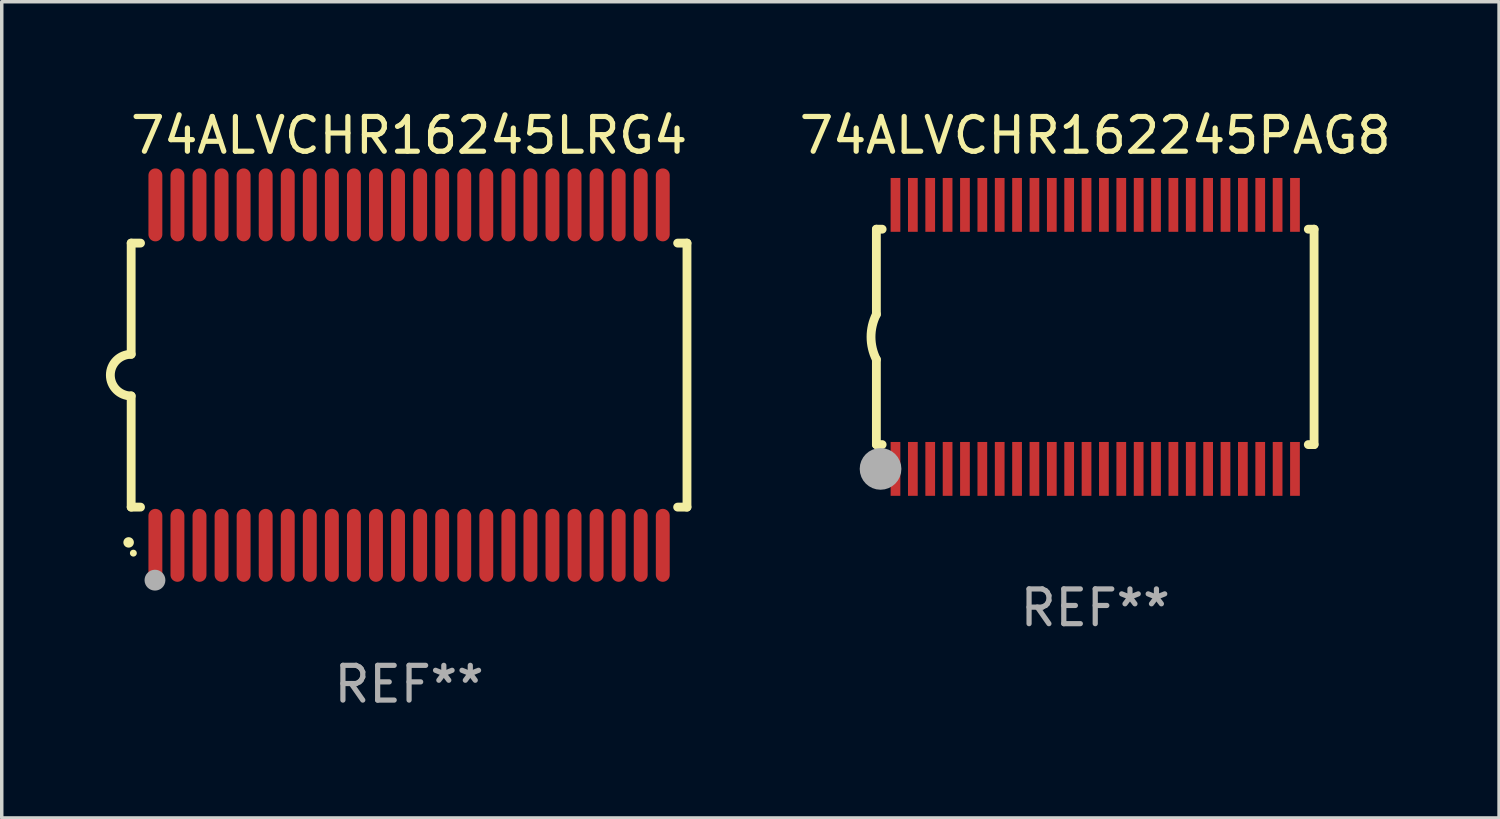
<source format=kicad_pcb>
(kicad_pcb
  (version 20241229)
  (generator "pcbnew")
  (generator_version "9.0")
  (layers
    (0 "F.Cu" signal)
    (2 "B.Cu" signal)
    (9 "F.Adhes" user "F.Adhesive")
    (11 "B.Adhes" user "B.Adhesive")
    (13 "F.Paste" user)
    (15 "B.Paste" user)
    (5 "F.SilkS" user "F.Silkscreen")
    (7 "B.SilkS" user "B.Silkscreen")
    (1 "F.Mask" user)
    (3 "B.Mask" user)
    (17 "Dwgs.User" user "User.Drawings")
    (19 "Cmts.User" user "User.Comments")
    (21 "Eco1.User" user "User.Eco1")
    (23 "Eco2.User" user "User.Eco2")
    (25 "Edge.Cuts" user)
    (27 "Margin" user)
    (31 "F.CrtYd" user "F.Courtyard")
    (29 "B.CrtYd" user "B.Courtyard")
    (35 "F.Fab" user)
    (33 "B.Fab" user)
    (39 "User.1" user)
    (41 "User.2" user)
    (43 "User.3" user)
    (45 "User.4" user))
  (footprint "74ALVCHR162245PAG8"
    (layer "F.Cu")
    (at 28.478 6.648)
    (property "Reference" "74ALVCHR162245PAG8" (at 0 -5.8 0) (layer "F.SilkS") (effects (font (size 1 1) (thickness 0.15))))
    (attr through_hole)
    (fp_line (start -6.3 -3.1) (end -6.3 -0.65) (stroke (width 0.254) (type solid)) (layer "F.SilkS"))
    (fp_line (start -6.3 -3.1) (end -6.134 -3.1) (stroke (width 0.254) (type solid)) (layer "F.SilkS"))
    (fp_line (start -6.3 3.1) (end -6.3 0.65) (stroke (width 0.254) (type solid)) (layer "F.SilkS"))
    (fp_line (start -6.3 3.1) (end -6.134 3.1) (stroke (width 0.254) (type solid)) (layer "F.SilkS"))
    (fp_line (start 6.134 -3.1) (end 6.3 -3.1) (stroke (width 0.254) (type solid)) (layer "F.SilkS"))
    (fp_line (start 6.134 3.1) (end 6.3 3.1) (stroke (width 0.254) (type solid)) (layer "F.SilkS"))
    (fp_line (start 6.3 -3.1) (end 6.3 3.1) (stroke (width 0.254) (type solid)) (layer "F.SilkS"))
    (fp_arc (start -6.301016 0.650114) (mid -6.45413 -0.000082) (end -6.3 -0.650038) (stroke (width 0.254001) (type solid)) (layer "F.SilkS"))
    (fp_circle (center -6.35 3.81) (end -6.223 3.81) (stroke (width 0.254) (type solid)) (fill no) (layer "F.SilkS"))
    (fp_circle (center -6.25 4.05) (end -6.22 4.05) (stroke (width 0.06) (type solid)) (fill no) (layer "F.SilkS"))
    (fp_circle (center -6.18 3.8) (end -5.88 3.8) (stroke (width 0.6) (type solid)) (fill no) (layer "F.Fab"))
    (fp_text user "REF**" (at 0 7.8 0) (layer "F.Fab") (effects (font (size 1 1) (thickness 0.15))))
    (pad "1" smd rect (at -5.75 3.8) (size 0.28 1.55) (layers "F.Cu" "F.Mask" "F.Paste"))
    (pad "2" smd rect (at -5.25 3.8) (size 0.28 1.55) (layers "F.Cu" "F.Mask" "F.Paste"))
    (pad "3" smd rect (at -4.75 3.8) (size 0.28 1.55) (layers "F.Cu" "F.Mask" "F.Paste"))
    (pad "4" smd rect (at -4.25 3.8) (size 0.28 1.55) (layers "F.Cu" "F.Mask" "F.Paste"))
    (pad "5" smd rect (at -3.75 3.8) (size 0.28 1.55) (layers "F.Cu" "F.Mask" "F.Paste"))
    (pad "6" smd rect (at -3.25 3.8) (size 0.28 1.55) (layers "F.Cu" "F.Mask" "F.Paste"))
    (pad "7" smd rect (at -2.75 3.8) (size 0.28 1.55) (layers "F.Cu" "F.Mask" "F.Paste"))
    (pad "8" smd rect (at -2.25 3.8) (size 0.28 1.55) (layers "F.Cu" "F.Mask" "F.Paste"))
    (pad "9" smd rect (at -1.75 3.8) (size 0.28 1.55) (layers "F.Cu" "F.Mask" "F.Paste"))
    (pad "10" smd rect (at -1.25 3.8) (size 0.28 1.55) (layers "F.Cu" "F.Mask" "F.Paste"))
    (pad "11" smd rect (at -0.75 3.8) (size 0.28 1.55) (layers "F.Cu" "F.Mask" "F.Paste"))
    (pad "12" smd rect (at -0.25 3.8) (size 0.28 1.55) (layers "F.Cu" "F.Mask" "F.Paste"))
    (pad "13" smd rect (at 0.25 3.8) (size 0.28 1.55) (layers "F.Cu" "F.Mask" "F.Paste"))
    (pad "14" smd rect (at 0.75 3.8) (size 0.28 1.55) (layers "F.Cu" "F.Mask" "F.Paste"))
    (pad "15" smd rect (at 1.25 3.8) (size 0.28 1.55) (layers "F.Cu" "F.Mask" "F.Paste"))
    (pad "16" smd rect (at 1.75 3.8) (size 0.28 1.55) (layers "F.Cu" "F.Mask" "F.Paste"))
    (pad "17" smd rect (at 2.25 3.8) (size 0.28 1.55) (layers "F.Cu" "F.Mask" "F.Paste"))
    (pad "18" smd rect (at 2.75 3.8) (size 0.28 1.55) (layers "F.Cu" "F.Mask" "F.Paste"))
    (pad "19" smd rect (at 3.25 3.8) (size 0.28 1.55) (layers "F.Cu" "F.Mask" "F.Paste"))
    (pad "20" smd rect (at 3.75 3.8) (size 0.28 1.55) (layers "F.Cu" "F.Mask" "F.Paste"))
    (pad "21" smd rect (at 4.25 3.8) (size 0.28 1.55) (layers "F.Cu" "F.Mask" "F.Paste"))
    (pad "22" smd rect (at 4.75 3.8) (size 0.28 1.55) (layers "F.Cu" "F.Mask" "F.Paste"))
    (pad "23" smd rect (at 5.25 3.8) (size 0.28 1.55) (layers "F.Cu" "F.Mask" "F.Paste"))
    (pad "24" smd rect (at 5.75 3.8) (size 0.28 1.55) (layers "F.Cu" "F.Mask" "F.Paste"))
    (pad "25" smd rect (at 5.75 -3.8) (size 0.28 1.55) (layers "F.Cu" "F.Mask" "F.Paste"))
    (pad "26" smd rect (at 5.25 -3.8) (size 0.28 1.55) (layers "F.Cu" "F.Mask" "F.Paste"))
    (pad "27" smd rect (at 4.75 -3.8) (size 0.28 1.55) (layers "F.Cu" "F.Mask" "F.Paste"))
    (pad "28" smd rect (at 4.25 -3.8) (size 0.28 1.55) (layers "F.Cu" "F.Mask" "F.Paste"))
    (pad "29" smd rect (at 3.75 -3.8) (size 0.28 1.55) (layers "F.Cu" "F.Mask" "F.Paste"))
    (pad "30" smd rect (at 3.25 -3.8) (size 0.28 1.55) (layers "F.Cu" "F.Mask" "F.Paste"))
    (pad "31" smd rect (at 2.75 -3.8) (size 0.28 1.55) (layers "F.Cu" "F.Mask" "F.Paste"))
    (pad "32" smd rect (at 2.25 -3.8) (size 0.28 1.55) (layers "F.Cu" "F.Mask" "F.Paste"))
    (pad "33" smd rect (at 1.75 -3.8) (size 0.28 1.55) (layers "F.Cu" "F.Mask" "F.Paste"))
    (pad "34" smd rect (at 1.25 -3.8) (size 0.28 1.55) (layers "F.Cu" "F.Mask" "F.Paste"))
    (pad "35" smd rect (at 0.75 -3.8) (size 0.28 1.55) (layers "F.Cu" "F.Mask" "F.Paste"))
    (pad "36" smd rect (at 0.25 -3.8) (size 0.28 1.55) (layers "F.Cu" "F.Mask" "F.Paste"))
    (pad "37" smd rect (at -0.25 -3.8) (size 0.28 1.55) (layers "F.Cu" "F.Mask" "F.Paste"))
    (pad "38" smd rect (at -0.75 -3.8) (size 0.28 1.55) (layers "F.Cu" "F.Mask" "F.Paste"))
    (pad "39" smd rect (at -1.25 -3.8) (size 0.28 1.55) (layers "F.Cu" "F.Mask" "F.Paste"))
    (pad "40" smd rect (at -1.75 -3.8) (size 0.28 1.55) (layers "F.Cu" "F.Mask" "F.Paste"))
    (pad "41" smd rect (at -2.25 -3.8) (size 0.28 1.55) (layers "F.Cu" "F.Mask" "F.Paste"))
    (pad "42" smd rect (at -2.75 -3.8) (size 0.28 1.55) (layers "F.Cu" "F.Mask" "F.Paste"))
    (pad "43" smd rect (at -3.25 -3.8) (size 0.28 1.55) (layers "F.Cu" "F.Mask" "F.Paste"))
    (pad "44" smd rect (at -3.75 -3.8) (size 0.28 1.55) (layers "F.Cu" "F.Mask" "F.Paste"))
    (pad "45" smd rect (at -4.25 -3.8) (size 0.28 1.55) (layers "F.Cu" "F.Mask" "F.Paste"))
    (pad "46" smd rect (at -4.75 -3.8) (size 0.28 1.55) (layers "F.Cu" "F.Mask" "F.Paste"))
    (pad "47" smd rect (at -5.25 -3.8) (size 0.28 1.55) (layers "F.Cu" "F.Mask" "F.Paste"))
    (pad "48" smd rect (at -5.75 -3.8) (size 0.28 1.55) (layers "F.Cu" "F.Mask" "F.Paste")))
  (footprint "74ALVCHR16245LRG4"
    (layer "F.Cu")
    (at 8.726 7.748)
    (property "Reference" "74ALVCHR16245LRG4" (at 0 -6.9 0) (layer "F.SilkS") (effects (font (size 1 1) (thickness 0.15))))
    (attr through_hole)
    (fp_line (start -8 -3.8) (end -8 -0.599) (stroke (width 0.254) (type solid)) (layer "F.SilkS"))
    (fp_line (start -8 -3.8) (end -7.731 -3.8) (stroke (width 0.254) (type solid)) (layer "F.SilkS"))
    (fp_line (start -8 3.8) (end -8 0.599) (stroke (width 0.254) (type solid)) (layer "F.SilkS"))
    (fp_line (start -7.731 3.8) (end -8 3.8) (stroke (width 0.254) (type solid)) (layer "F.SilkS"))
    (fp_line (start 7.731 -3.8) (end 8 -3.8) (stroke (width 0.254) (type solid)) (layer "F.SilkS"))
    (fp_line (start 8 -3.8) (end 8 3.8) (stroke (width 0.254) (type solid)) (layer "F.SilkS"))
    (fp_line (start 8 3.8) (end 7.731 3.8) (stroke (width 0.254) (type solid)) (layer "F.SilkS"))
    (fp_arc (start -8.074676 4.81585) (mid -8.073406 4.815845) (end -8.072136 4.81585) (stroke (width 0.3) (type solid)) (layer "F.SilkS"))
    (fp_arc (start -8.000025 0.6) (mid -8.598908 0.00056) (end -8.000027 -0.598882) (stroke (width 0.254001) (type solid)) (layer "F.SilkS"))
    (fp_circle (center -7.937 5.125) (end -7.887 5.125) (stroke (width 0.1) (type solid)) (fill no) (layer "F.SilkS"))
    (fp_circle (center -7.315 5.903) (end -7.165 5.903) (stroke (width 0.3) (type solid)) (fill no) (layer "F.Fab"))
    (fp_text user "REF**" (at 0 8.9 0) (layer "F.Fab") (effects (font (size 1 1) (thickness 0.15))))
    (pad "1" smd oval (at -7.303 4.9) (size 0.4 2.1) (layers "F.Cu" "F.Mask" "F.Paste"))
    (pad "2" smd oval (at -6.668 4.9) (size 0.4 2.1) (layers "F.Cu" "F.Mask" "F.Paste"))
    (pad "3" smd oval (at -6.033 4.9) (size 0.4 2.1) (layers "F.Cu" "F.Mask" "F.Paste"))
    (pad "4" smd oval (at -5.398 4.9) (size 0.4 2.1) (layers "F.Cu" "F.Mask" "F.Paste"))
    (pad "5" smd oval (at -4.763 4.9) (size 0.4 2.1) (layers "F.Cu" "F.Mask" "F.Paste"))
    (pad "6" smd oval (at -4.128 4.9) (size 0.4 2.1) (layers "F.Cu" "F.Mask" "F.Paste"))
    (pad "7" smd oval (at -3.493 4.9) (size 0.4 2.1) (layers "F.Cu" "F.Mask" "F.Paste"))
    (pad "8" smd oval (at -2.858 4.9) (size 0.4 2.1) (layers "F.Cu" "F.Mask" "F.Paste"))
    (pad "9" smd oval (at -2.223 4.9) (size 0.4 2.1) (layers "F.Cu" "F.Mask" "F.Paste"))
    (pad "10" smd oval (at -1.588 4.9) (size 0.4 2.1) (layers "F.Cu" "F.Mask" "F.Paste"))
    (pad "11" smd oval (at -0.953 4.9) (size 0.4 2.1) (layers "F.Cu" "F.Mask" "F.Paste"))
    (pad "12" smd oval (at -0.318 4.9) (size 0.4 2.1) (layers "F.Cu" "F.Mask" "F.Paste"))
    (pad "13" smd oval (at 0.318 4.9) (size 0.4 2.1) (layers "F.Cu" "F.Mask" "F.Paste"))
    (pad "14" smd oval (at 0.953 4.9) (size 0.4 2.1) (layers "F.Cu" "F.Mask" "F.Paste"))
    (pad "15" smd oval (at 1.588 4.9) (size 0.4 2.1) (layers "F.Cu" "F.Mask" "F.Paste"))
    (pad "16" smd oval (at 2.223 4.9) (size 0.4 2.1) (layers "F.Cu" "F.Mask" "F.Paste"))
    (pad "17" smd oval (at 2.858 4.9) (size 0.4 2.1) (layers "F.Cu" "F.Mask" "F.Paste"))
    (pad "18" smd oval (at 3.493 4.9) (size 0.4 2.1) (layers "F.Cu" "F.Mask" "F.Paste"))
    (pad "19" smd oval (at 4.128 4.9) (size 0.4 2.1) (layers "F.Cu" "F.Mask" "F.Paste"))
    (pad "20" smd oval (at 4.763 4.9) (size 0.4 2.1) (layers "F.Cu" "F.Mask" "F.Paste"))
    (pad "21" smd oval (at 5.398 4.9) (size 0.4 2.1) (layers "F.Cu" "F.Mask" "F.Paste"))
    (pad "22" smd oval (at 6.033 4.9) (size 0.4 2.1) (layers "F.Cu" "F.Mask" "F.Paste"))
    (pad "23" smd oval (at 6.668 4.9) (size 0.4 2.1) (layers "F.Cu" "F.Mask" "F.Paste"))
    (pad "24" smd oval (at 7.303 4.9) (size 0.4 2.1) (layers "F.Cu" "F.Mask" "F.Paste"))
    (pad "25" smd oval (at 7.303 -4.9 180) (size 0.4 2.1) (layers "F.Cu" "F.Mask" "F.Paste"))
    (pad "26" smd oval (at 6.668 -4.9 180) (size 0.4 2.1) (layers "F.Cu" "F.Mask" "F.Paste"))
    (pad "27" smd oval (at 6.033 -4.9 180) (size 0.4 2.1) (layers "F.Cu" "F.Mask" "F.Paste"))
    (pad "28" smd oval (at 5.398 -4.9 180) (size 0.4 2.1) (layers "F.Cu" "F.Mask" "F.Paste"))
    (pad "29" smd oval (at 4.763 -4.9 180) (size 0.4 2.1) (layers "F.Cu" "F.Mask" "F.Paste"))
    (pad "30" smd oval (at 4.128 -4.9 180) (size 0.4 2.1) (layers "F.Cu" "F.Mask" "F.Paste"))
    (pad "31" smd oval (at 3.493 -4.9 180) (size 0.4 2.1) (layers "F.Cu" "F.Mask" "F.Paste"))
    (pad "32" smd oval (at 2.858 -4.9 180) (size 0.4 2.1) (layers "F.Cu" "F.Mask" "F.Paste"))
    (pad "33" smd oval (at 2.223 -4.9 180) (size 0.4 2.1) (layers "F.Cu" "F.Mask" "F.Paste"))
    (pad "34" smd oval (at 1.588 -4.9 180) (size 0.4 2.1) (layers "F.Cu" "F.Mask" "F.Paste"))
    (pad "35" smd oval (at 0.953 -4.9 180) (size 0.4 2.1) (layers "F.Cu" "F.Mask" "F.Paste"))
    (pad "36" smd oval (at 0.318 -4.9 180) (size 0.4 2.1) (layers "F.Cu" "F.Mask" "F.Paste"))
    (pad "37" smd oval (at -0.318 -4.9 180) (size 0.4 2.1) (layers "F.Cu" "F.Mask" "F.Paste"))
    (pad "38" smd oval (at -0.953 -4.9 180) (size 0.4 2.1) (layers "F.Cu" "F.Mask" "F.Paste"))
    (pad "39" smd oval (at -1.588 -4.9 180) (size 0.4 2.1) (layers "F.Cu" "F.Mask" "F.Paste"))
    (pad "40" smd oval (at -2.223 -4.9 180) (size 0.4 2.1) (layers "F.Cu" "F.Mask" "F.Paste"))
    (pad "41" smd oval (at -2.858 -4.9 180) (size 0.4 2.1) (layers "F.Cu" "F.Mask" "F.Paste"))
    (pad "42" smd oval (at -3.493 -4.9 180) (size 0.4 2.1) (layers "F.Cu" "F.Mask" "F.Paste"))
    (pad "43" smd oval (at -4.128 -4.9 180) (size 0.4 2.1) (layers "F.Cu" "F.Mask" "F.Paste"))
    (pad "44" smd oval (at -4.763 -4.9 180) (size 0.4 2.1) (layers "F.Cu" "F.Mask" "F.Paste"))
    (pad "45" smd oval (at -5.398 -4.9 180) (size 0.4 2.1) (layers "F.Cu" "F.Mask" "F.Paste"))
    (pad "46" smd oval (at -6.033 -4.9 180) (size 0.4 2.1) (layers "F.Cu" "F.Mask" "F.Paste"))
    (pad "47" smd oval (at -6.668 -4.9 180) (size 0.4 2.1) (layers "F.Cu" "F.Mask" "F.Paste"))
    (pad "48" smd oval (at -7.303 -4.9 180) (size 0.4 2.1) (layers "F.Cu" "F.Mask" "F.Paste")))
  (gr_rect
    (start -3 -3)
    (end 40.103 20.496)
    (stroke (width 0.1) (type default))
    (fill no)
    (layer "Edge.Cuts")))
</source>
